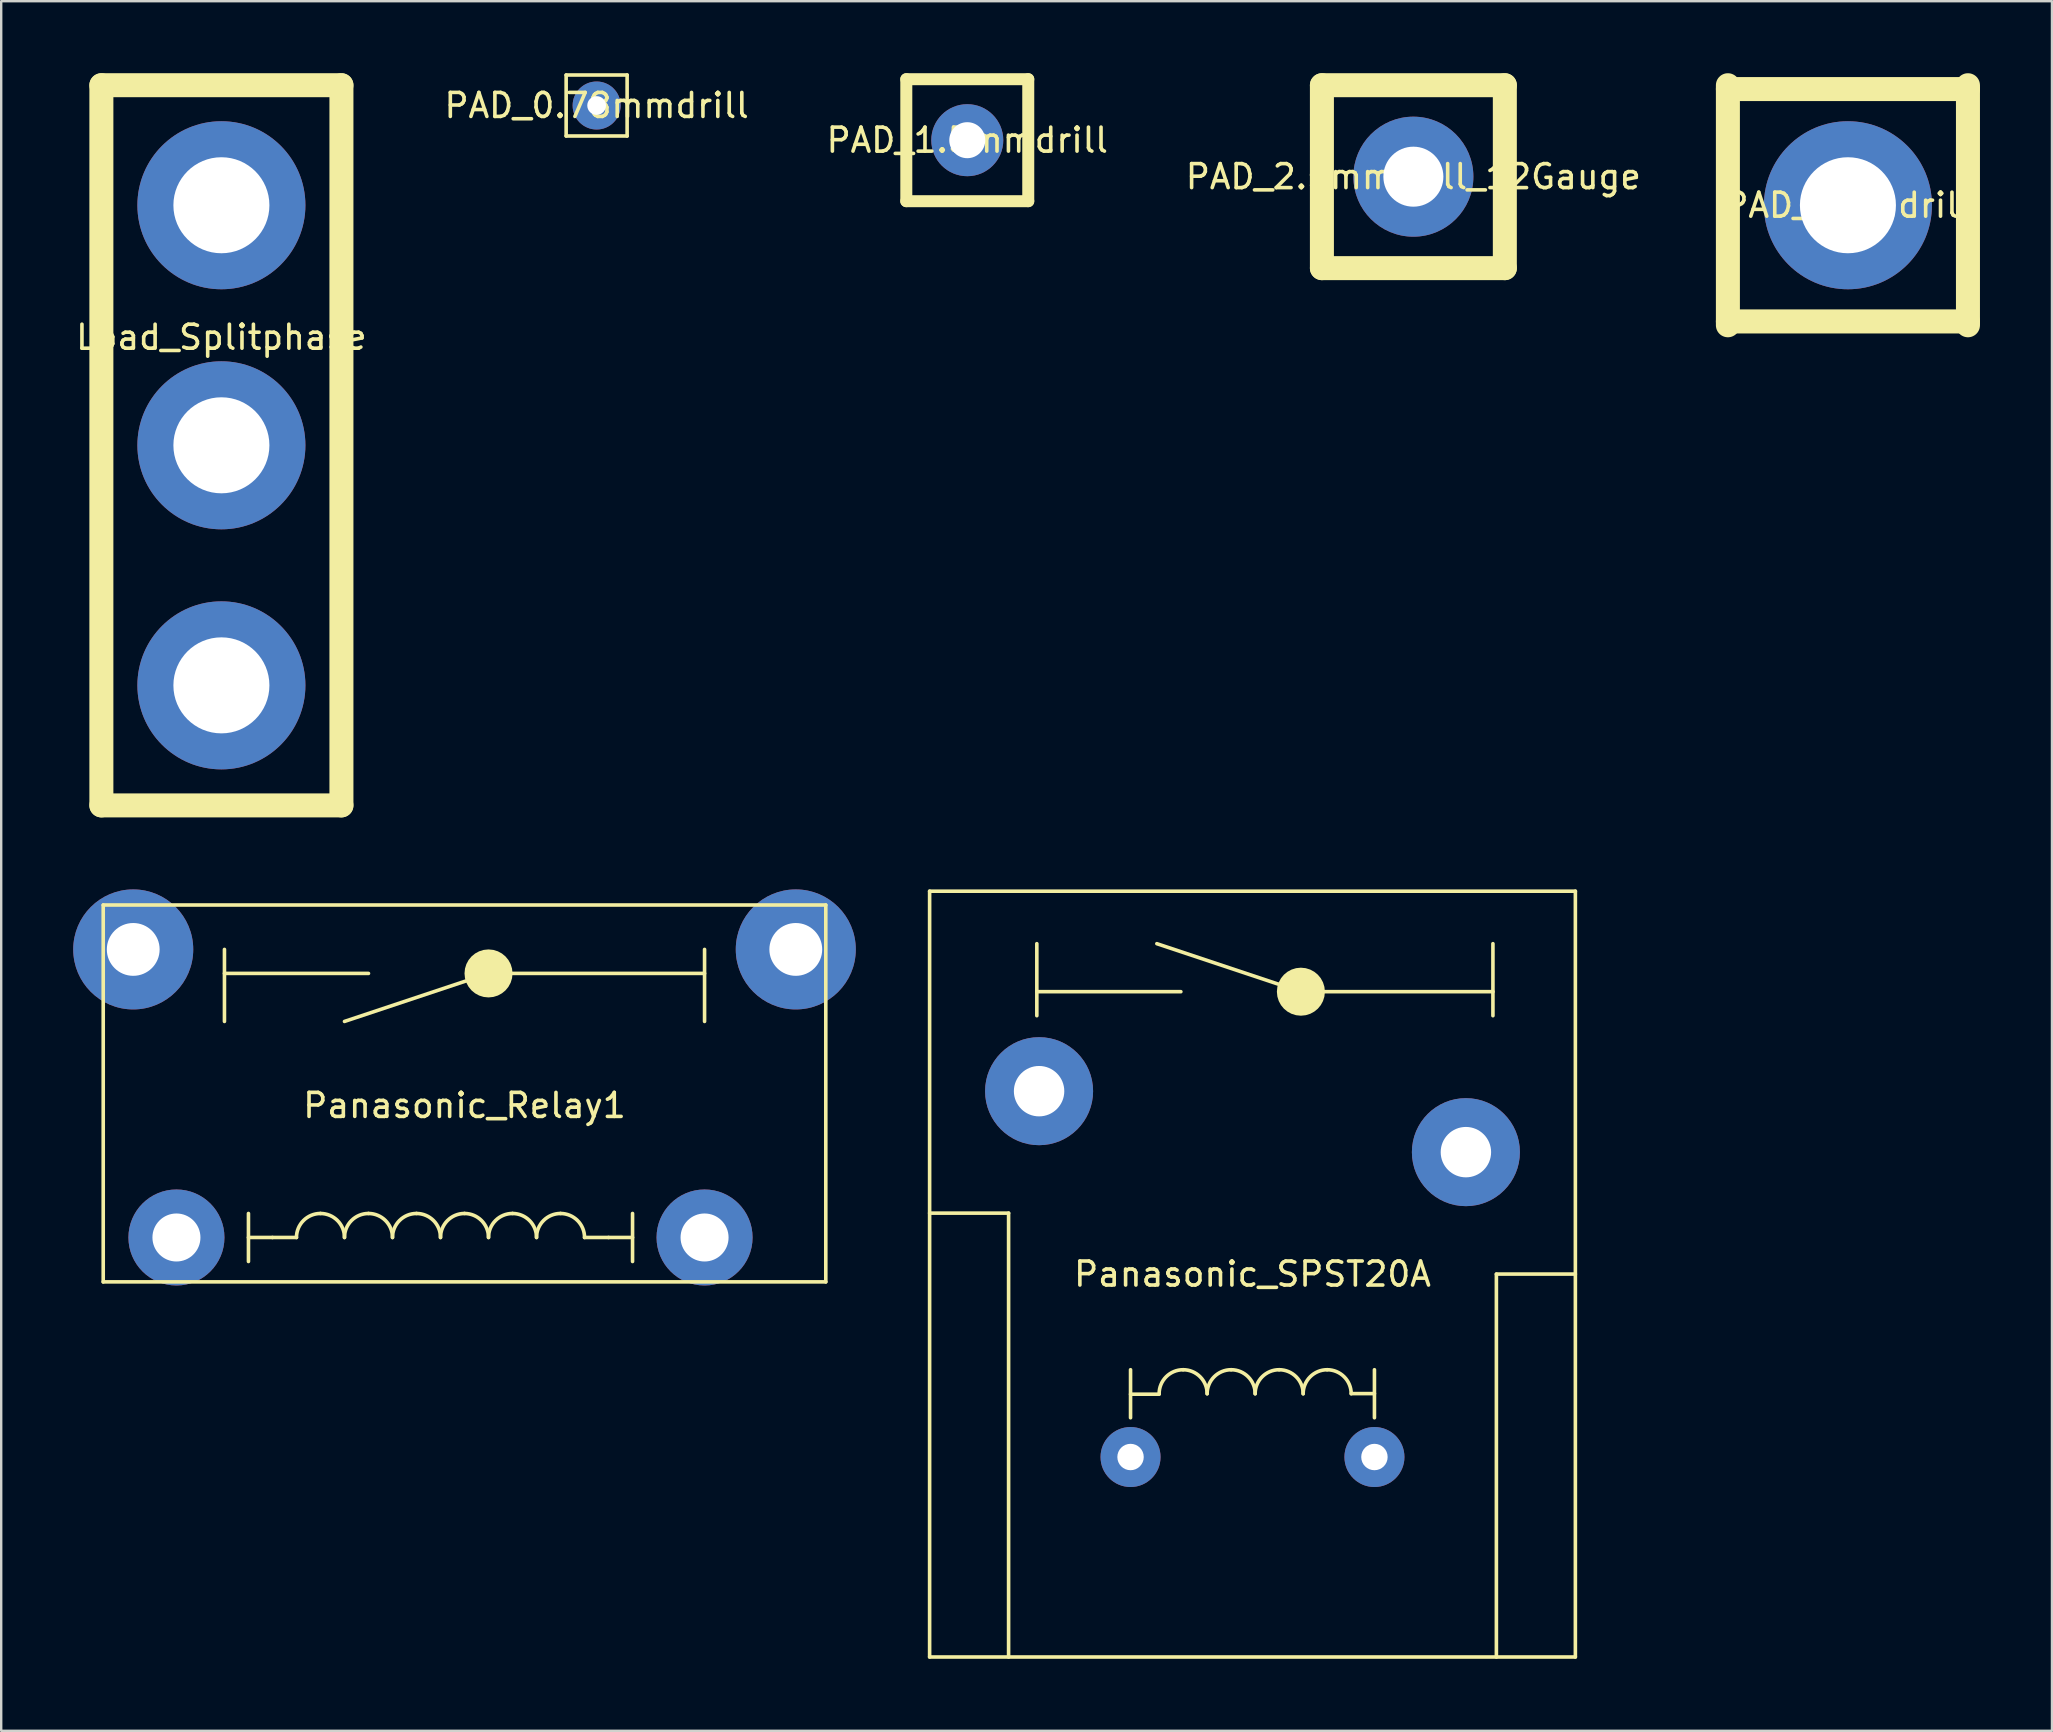
<source format=kicad_pcb>
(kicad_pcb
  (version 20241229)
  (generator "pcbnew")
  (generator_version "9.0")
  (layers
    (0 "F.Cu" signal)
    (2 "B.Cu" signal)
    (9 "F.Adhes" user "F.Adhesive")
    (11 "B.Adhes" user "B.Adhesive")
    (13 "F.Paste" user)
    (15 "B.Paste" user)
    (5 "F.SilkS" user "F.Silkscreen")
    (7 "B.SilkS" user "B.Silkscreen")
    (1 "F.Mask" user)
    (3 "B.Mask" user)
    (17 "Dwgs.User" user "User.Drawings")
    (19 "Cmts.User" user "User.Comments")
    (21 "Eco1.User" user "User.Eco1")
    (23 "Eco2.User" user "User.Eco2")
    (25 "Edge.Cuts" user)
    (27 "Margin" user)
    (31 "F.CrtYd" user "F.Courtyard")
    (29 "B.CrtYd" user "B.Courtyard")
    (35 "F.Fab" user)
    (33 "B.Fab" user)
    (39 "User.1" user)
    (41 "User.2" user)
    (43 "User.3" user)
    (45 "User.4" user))
  (footprint "PAD_0.78mmdrill"
    (layer "F.Cu")
    (at 21.804 1.345)
    (property "Reference" "PAD_0.78mmdrill" (at 0 0 0) (layer "F.SilkS") (effects (font (size 1 1) (thickness 0.15))))
    (attr through_hole)
    (fp_line (start -1.27 -1.27) (end 1.27 -1.27) (stroke (width 0.15) (type solid)) (layer "F.SilkS"))
    (fp_line (start -1.27 1.27) (end -1.27 -1.27) (stroke (width 0.15) (type solid)) (layer "F.SilkS"))
    (fp_line (start 1.27 -1.27) (end 1.27 1.27) (stroke (width 0.15) (type solid)) (layer "F.SilkS"))
    (fp_line (start 1.27 1.27) (end -1.27 1.27) (stroke (width 0.15) (type solid)) (layer "F.SilkS"))
    (pad "1" thru_hole circle (at 0 0) (size 2 2) (drill 0.78) (layers "*.Cu" "*.Mask")))
  (footprint "PAD_2.5mmdrill_12Gauge"
    (layer "F.Cu")
    (at 55.827 4.31)
    (property "Reference" "PAD_2.5mmdrill_12Gauge" (at 0 0 0) (layer "F.SilkS") (effects (font (size 1 1) (thickness 0.15))))
    (attr through_hole)
    (fp_line (start -3.81 -3.81) (end -3.81 3.81) (stroke (width 1) (type solid)) (layer "F.SilkS"))
    (fp_line (start -3.81 3.81) (end 3.81 3.81) (stroke (width 1) (type solid)) (layer "F.SilkS"))
    (fp_line (start 3.81 -3.81) (end -3.81 -3.81) (stroke (width 1) (type solid)) (layer "F.SilkS"))
    (fp_line (start 3.81 3.81) (end 3.81 -3.81) (stroke (width 1) (type solid)) (layer "F.SilkS"))
    (pad "1" thru_hole circle (at 0 0) (size 5 5) (drill 2.5) (layers "*.Cu" "*.Mask")))
  (footprint "PAD_1.5mmdrill"
    (layer "F.Cu")
    (at 37.244 2.79)
    (property "Reference" "PAD_1.5mmdrill" (at 0 0 0) (layer "F.SilkS") (effects (font (size 1 1) (thickness 0.15))))
    (attr through_hole)
    (fp_line (start -2.54 -2.54) (end 2.54 -2.54) (stroke (width 0.5) (type solid)) (layer "F.SilkS"))
    (fp_line (start -2.54 2.54) (end -2.54 -2.54) (stroke (width 0.5) (type solid)) (layer "F.SilkS"))
    (fp_line (start 2.54 -2.54) (end 2.54 2.54) (stroke (width 0.5) (type solid)) (layer "F.SilkS"))
    (fp_line (start 2.54 2.54) (end -2.54 2.54) (stroke (width 0.5) (type solid)) (layer "F.SilkS"))
    (pad "1" thru_hole circle (at 0 0) (size 3 3) (drill 1.5) (layers "*.Cu" "*.Mask")))
  (footprint "Panasonic_Relay1"
    (layer "F.Cu")
    (at 16.3 42.5)
    (property "Reference" "Panasonic_Relay1" (at 0 0.5 0) (layer "F.SilkS") (effects (font (size 1 1) (thickness 0.15))))
    (attr through_hole)
    (fp_line (start -15.05 -7.85) (end -15.05 7.85) (stroke (width 0.15) (type solid)) (layer "F.SilkS"))
    (fp_line (start -15.05 -7.85) (end 15.05 -7.85) (stroke (width 0.15) (type solid)) (layer "F.SilkS"))
    (fp_line (start -15.05 7.85) (end 15.05 7.85) (stroke (width 0.15) (type solid)) (layer "F.SilkS"))
    (fp_line (start -10 -6) (end -10 -3) (stroke (width 0.15) (type solid)) (layer "F.SilkS"))
    (fp_line (start -10 -5) (end -4 -5) (stroke (width 0.15) (type solid)) (layer "F.SilkS"))
    (fp_line (start -9 5) (end -9 7) (stroke (width 0.15) (type solid)) (layer "F.SilkS"))
    (fp_line (start -8 6) (end -9 6) (stroke (width 0.15) (type solid)) (layer "F.SilkS"))
    (fp_line (start -7 6) (end -8 6) (stroke (width 0.15) (type solid)) (layer "F.SilkS"))
    (fp_line (start 1 -5) (end -5 -3) (stroke (width 0.15) (type solid)) (layer "F.SilkS"))
    (fp_line (start 1 -5) (end 10 -5) (stroke (width 0.15) (type solid)) (layer "F.SilkS"))
    (fp_line (start 5 6) (end 6 6) (stroke (width 0.15) (type solid)) (layer "F.SilkS"))
    (fp_line (start 6 6) (end 7 6) (stroke (width 0.15) (type solid)) (layer "F.SilkS"))
    (fp_line (start 7 5) (end 7 7) (stroke (width 0.15) (type solid)) (layer "F.SilkS"))
    (fp_line (start 10 -6) (end 10 -3) (stroke (width 0.15) (type solid)) (layer "F.SilkS"))
    (fp_line (start 15.05 7.85) (end 15.05 -7.85) (stroke (width 0.15) (type solid)) (layer "F.SilkS"))
    (fp_arc (start -7 6) (mid -6.707107 5.292893) (end -6 5) (stroke (width 0.15) (type solid)) (layer "F.SilkS"))
    (fp_arc (start -6 5) (mid -5.292893 5.292893) (end -5 6) (stroke (width 0.15) (type solid)) (layer "F.SilkS"))
    (fp_arc (start -5 6) (mid -4.707107 5.292893) (end -4 5) (stroke (width 0.15) (type solid)) (layer "F.SilkS"))
    (fp_arc (start -4 5) (mid -3.292893 5.292893) (end -3 6) (stroke (width 0.15) (type solid)) (layer "F.SilkS"))
    (fp_arc (start -3 6) (mid -2.707107 5.292893) (end -2 5) (stroke (width 0.15) (type solid)) (layer "F.SilkS"))
    (fp_arc (start -2 5) (mid -1.292893 5.292893) (end -1 6) (stroke (width 0.15) (type solid)) (layer "F.SilkS"))
    (fp_arc (start -1 6) (mid -0.707107 5.292893) (end 0 5) (stroke (width 0.15) (type solid)) (layer "F.SilkS"))
    (fp_arc (start 0 5) (mid 0.707107 5.292893) (end 1 6) (stroke (width 0.15) (type solid)) (layer "F.SilkS"))
    (fp_arc (start 1 6) (mid 1.292893 5.292893) (end 2 5) (stroke (width 0.15) (type solid)) (layer "F.SilkS"))
    (fp_arc (start 2 5) (mid 2.707107 5.292893) (end 3 6) (stroke (width 0.15) (type solid)) (layer "F.SilkS"))
    (fp_arc (start 3 6) (mid 3.292893 5.292893) (end 4 5) (stroke (width 0.15) (type solid)) (layer "F.SilkS"))
    (fp_arc (start 4 5) (mid 4.707107 5.292893) (end 5 6) (stroke (width 0.15) (type solid)) (layer "F.SilkS"))
    (fp_circle (center 1 -5) (end 0.5 -5) (stroke (width 1) (type solid)) (fill no) (layer "F.SilkS"))
    (pad "+CTL" thru_hole circle (at 10 6) (size 4 4) (drill 2) (layers "*.Cu" "*.Mask"))
    (pad "-CTL" thru_hole circle (at -12 6) (size 4 4) (drill 2) (layers "*.Cu" "*.Mask"))
    (pad "IN" thru_hole circle (at -13.8 -6) (size 5 5) (drill 2.2) (layers "*.Cu" "*.Mask"))
    (pad "OUT" thru_hole circle (at 13.8 -6) (size 5 5) (drill 2.2) (layers "*.Cu" "*.Mask")))
  (footprint "Load_Splitphase"
    (layer "F.Cu")
    (at 6.173 15.5)
    (property "Reference" "Load_Splitphase" (at 0 -4.5 0) (layer "F.SilkS") (effects (font (size 1 1) (thickness 0.15))))
    (attr through_hole)
    (fp_line (start -5 -15) (end 5 -15) (stroke (width 1) (type solid)) (layer "F.SilkS"))
    (fp_line (start -5 15) (end -5 -15) (stroke (width 1) (type solid)) (layer "F.SilkS"))
    (fp_line (start 5 -15) (end 5 15) (stroke (width 1) (type solid)) (layer "F.SilkS"))
    (fp_line (start 5 15) (end -5 15) (stroke (width 1) (type solid)) (layer "F.SilkS"))
    (pad "N" thru_hole circle (at 0 0) (size 7 7) (drill 4) (layers "*.Cu" "*.Mask"))
    (pad "Neg" thru_hole circle (at 0 10) (size 7 7) (drill 4) (layers "*.Cu" "*.Mask"))
    (pad "Pos" thru_hole circle (at 0 -10) (size 7 7) (drill 4) (layers "*.Cu" "*.Mask")))
  (footprint "Panasonic_SPST20A"
    (layer "F.Cu")
    (at 49.125 50.025)
    (property "Reference" "Panasonic_SPST20A" (at 0 0 0) (layer "F.SilkS") (effects (font (size 1 1) (thickness 0.15))))
    (attr through_hole)
    (fp_line (start -13.45 -15.95) (end -13.45 15.95) (stroke (width 0.15) (type solid)) (layer "F.SilkS"))
    (fp_line (start -13.45 15.95) (end 13.45 15.95) (stroke (width 0.15) (type solid)) (layer "F.SilkS"))
    (fp_line (start -10.16 -2.54) (end -13.45 -2.54) (stroke (width 0.15) (type solid)) (layer "F.SilkS"))
    (fp_line (start -10.16 15.95) (end -10.16 -2.54) (stroke (width 0.15) (type solid)) (layer "F.SilkS"))
    (fp_line (start -8.984 -11.764) (end -2.984 -11.764) (stroke (width 0.15) (type solid)) (layer "F.SilkS"))
    (fp_line (start -8.984 -10.764) (end -8.984 -13.764) (stroke (width 0.15) (type solid)) (layer "F.SilkS"))
    (fp_line (start -5.08 3.984) (end -5.08 5.984) (stroke (width 0.15) (type solid)) (layer "F.SilkS"))
    (fp_line (start -3.886 5.004) (end -5.08 5.004) (stroke (width 0.15) (type solid)) (layer "F.SilkS"))
    (fp_line (start 2.016 -11.764) (end -3.984 -13.764) (stroke (width 0.15) (type solid)) (layer "F.SilkS"))
    (fp_line (start 2.016 -11.764) (end 10.016 -11.764) (stroke (width 0.15) (type solid)) (layer "F.SilkS"))
    (fp_line (start 4.115 4.978) (end 5.08 4.978) (stroke (width 0.15) (type solid)) (layer "F.SilkS"))
    (fp_line (start 5.08 3.984) (end 5.08 5.984) (stroke (width 0.15) (type solid)) (layer "F.SilkS"))
    (fp_line (start 10.016 -10.764) (end 10.016 -13.764) (stroke (width 0.15) (type solid)) (layer "F.SilkS"))
    (fp_line (start 10.16 0) (end 10.16 15.95) (stroke (width 0.15) (type solid)) (layer "F.SilkS"))
    (fp_line (start 13.45 -15.95) (end -13.45 -15.95) (stroke (width 0.15) (type solid)) (layer "F.SilkS"))
    (fp_line (start 13.45 0) (end 10.16 0) (stroke (width 0.15) (type solid)) (layer "F.SilkS"))
    (fp_line (start 13.45 15.95) (end 13.45 -15.95) (stroke (width 0.15) (type solid)) (layer "F.SilkS"))
    (fp_arc (start -3.889 4.984) (mid -3.596107 4.276893) (end -2.889 3.984) (stroke (width 0.15) (type solid)) (layer "F.SilkS"))
    (fp_arc (start -2.889 3.984) (mid -2.181893 4.276893) (end -1.889 4.984) (stroke (width 0.15) (type solid)) (layer "F.SilkS"))
    (fp_arc (start -1.889 4.984) (mid -1.596107 4.276893) (end -0.889 3.984) (stroke (width 0.15) (type solid)) (layer "F.SilkS"))
    (fp_arc (start -0.889 3.984) (mid -0.181893 4.276893) (end 0.111 4.984) (stroke (width 0.15) (type solid)) (layer "F.SilkS"))
    (fp_arc (start 0.111 4.984) (mid 0.403893 4.276893) (end 1.111 3.984) (stroke (width 0.15) (type solid)) (layer "F.SilkS"))
    (fp_arc (start 1.111 3.984) (mid 1.818107 4.276893) (end 2.111 4.984) (stroke (width 0.15) (type solid)) (layer "F.SilkS"))
    (fp_arc (start 2.111 4.984) (mid 2.403893 4.276893) (end 3.111 3.984) (stroke (width 0.15) (type solid)) (layer "F.SilkS"))
    (fp_arc (start 3.111 3.984) (mid 3.818107 4.276893) (end 4.111 4.984) (stroke (width 0.15) (type solid)) (layer "F.SilkS"))
    (fp_circle (center 2.016 -11.764) (end 1.516 -11.764) (stroke (width 1) (type solid)) (fill no) (layer "F.SilkS"))
    (pad "+CTL" thru_hole circle (at 5.08 7.62) (size 2.5 2.5) (drill 1.1) (layers "*.Cu" "*.Mask"))
    (pad "-CTL" thru_hole circle (at -5.08 7.62) (size 2.5 2.5) (drill 1.1) (layers "*.Cu" "*.Mask"))
    (pad "IN" thru_hole circle (at -8.89 -7.62) (size 4.5 4.5) (drill 2.1) (layers "*.Cu" "*.Mask"))
    (pad "OUT" thru_hole circle (at 8.89 -5.08) (size 4.5 4.5) (drill 2.1) (layers "*.Cu" "*.Mask")))
  (footprint "PAD_4mmdrill"
    (layer "F.Cu")
    (at 73.929 5.5)
    (property "Reference" "PAD_4mmdrill" (at 0 0 0) (layer "F.SilkS") (effects (font (size 1 1) (thickness 0.15))))
    (attr through_hole)
    (fp_line (start -5 -4.84) (end 5 -4.84) (stroke (width 1) (type solid)) (layer "F.SilkS"))
    (fp_line (start -5 5) (end -5 -5) (stroke (width 1) (type solid)) (layer "F.SilkS"))
    (fp_line (start 5 -5) (end 5 5) (stroke (width 1) (type solid)) (layer "F.SilkS"))
    (fp_line (start 5 4.84) (end -5 4.84) (stroke (width 1) (type solid)) (layer "F.SilkS"))
    (pad "1" thru_hole circle (at 0 0) (size 7 7) (drill 4) (layers "*.Cu" "*.Mask")))
  (gr_rect
    (start -3 -3)
    (end 82.429 69.05)
    (stroke (width 0.1) (type default))
    (fill no)
    (layer "Edge.Cuts")))
</source>
